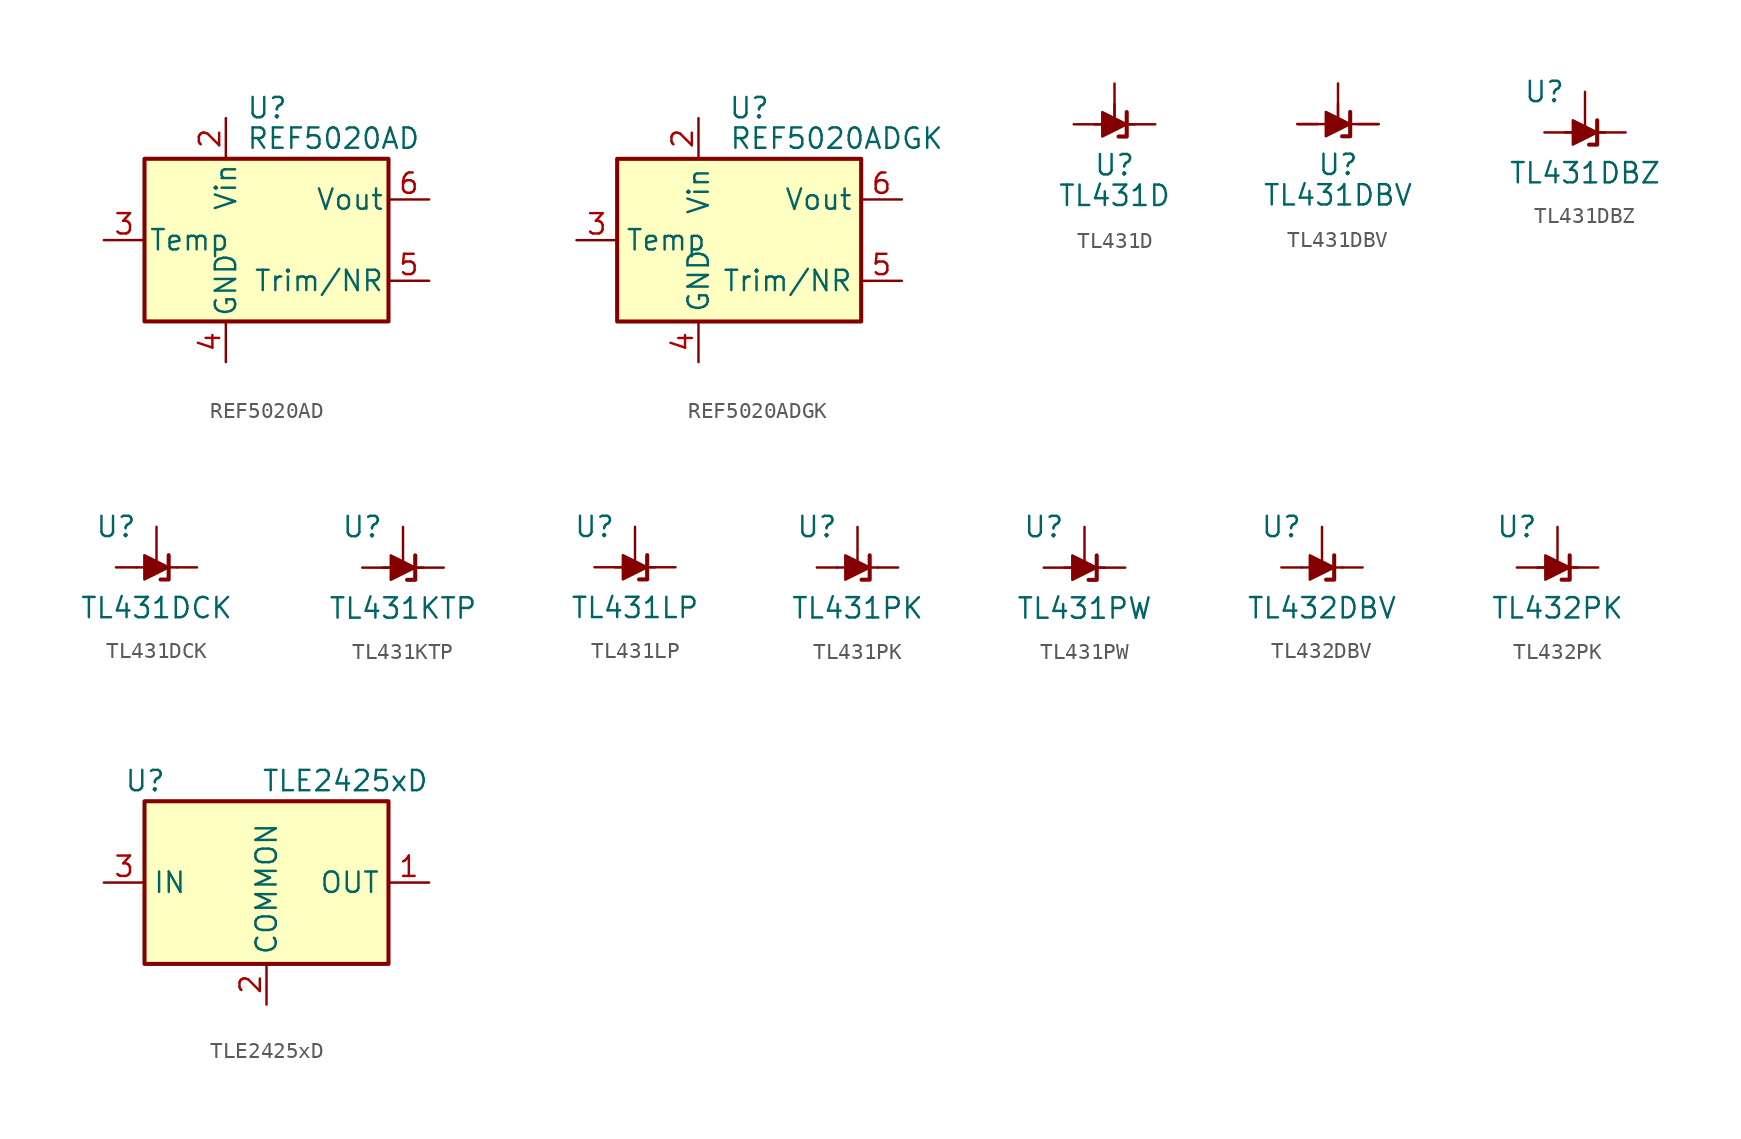
<source format=kicad_sym>
(kicad_symbol_lib
  (version 20241209)
  (generator "kicad_symbol_editor")
  (generator_version "9.0")
  (symbol "REF5020AD"
    (pin_names
      (offset 0.254))
    (property "Reference" "U"
      (at -1.27 8.255 0)
      (effects (font (size 1.27 1.27)) (justify left)))
    (property "Value" "REF5020AD"
      (at -1.27 6.35 0)
      (effects (font (size 1.27 1.27)) (justify left)))
    (symbol "REF5020AD_0_1"
      (rectangle (start -7.62 5.08) (end 7.62 -5.08) (stroke (width 0.254) (type default)) (fill (type background))))
    (symbol "REF5020AD_1_1"
      (pin passive line (at -10.16 0 0) (length 2.54) (name "Temp" (effects (font (size 1.27 1.27)))) (number "3" (effects (font (size 1.27 1.27)))))
      (pin no_connect line (at -7.62 2.54 0) (length 2.54) (hide yes) (name "DNC" (effects (font (size 1.27 1.27)))) (number "1" (effects (font (size 1.27 1.27)))))
      (pin no_connect line (at -5.08 -5.08 90) (length 2.54) (hide yes) (name "NC" (effects (font (size 1.27 1.27)))) (number "7" (effects (font (size 1.27 1.27)))))
      (pin power_in line (at -2.54 7.62 270) (length 2.54) (name "Vin" (effects (font (size 1.27 1.27)))) (number "2" (effects (font (size 1.27 1.27)))))
      (pin power_in line (at -2.54 -7.62 90) (length 2.54) (name "GND" (effects (font (size 1.27 1.27)))) (number "4" (effects (font (size 1.27 1.27)))))
      (pin no_connect line (at 7.62 0 180) (length 2.54) (hide yes) (name "DNC" (effects (font (size 1.27 1.27)))) (number "8" (effects (font (size 1.27 1.27)))))
      (pin power_out line (at 10.16 2.54 180) (length 2.54) (name "Vout" (effects (font (size 1.27 1.27)))) (number "6" (effects (font (size 1.27 1.27)))))
      (pin passive line (at 10.16 -2.54 180) (length 2.54) (name "Trim/NR" (effects (font (size 1.27 1.27)))) (number "5" (effects (font (size 1.27 1.27)))))))
  (symbol "REF5020ADGK"
    (property "Reference" "U"
      (at 0.635 8.255 0)
      (effects (font (size 1.27 1.27))))
    (property "Value" "REF5020ADGK"
      (at -0.635 6.35 0)
      (effects (font (size 1.27 1.27)) (justify left)))
    (symbol "REF5020ADGK_0_1"
      (rectangle (start -7.62 5.08) (end 7.62 -5.08) (stroke (width 0.254) (type default)) (fill (type background))))
    (symbol "REF5020ADGK_1_1"
      (pin passive line (at -10.16 0 0) (length 2.54) (name "Temp" (effects (font (size 1.27 1.27)))) (number "3" (effects (font (size 1.27 1.27)))))
      (pin no_connect line (at -7.62 2.54 0) (length 2.54) (hide yes) (name "DNC" (effects (font (size 1.27 1.27)))) (number "1" (effects (font (size 1.27 1.27)))))
      (pin no_connect line (at -5.08 -5.08 90) (length 2.54) (hide yes) (name "NC" (effects (font (size 1.27 1.27)))) (number "7" (effects (font (size 1.27 1.27)))))
      (pin power_in line (at -2.54 7.62 270) (length 2.54) (name "Vin" (effects (font (size 1.27 1.27)))) (number "2" (effects (font (size 1.27 1.27)))))
      (pin power_in line (at -2.54 -7.62 90) (length 2.54) (name "GND" (effects (font (size 1.27 1.27)))) (number "4" (effects (font (size 1.27 1.27)))))
      (pin no_connect line (at 7.62 0 180) (length 2.54) (hide yes) (name "DNC" (effects (font (size 1.27 1.27)))) (number "8" (effects (font (size 1.27 1.27)))))
      (pin power_out line (at 10.16 2.54 180) (length 2.54) (name "Vout" (effects (font (size 1.27 1.27)))) (number "6" (effects (font (size 1.27 1.27)))))
      (pin passive line (at 10.16 -2.54 180) (length 2.54) (name "Trim/NR" (effects (font (size 1.27 1.27)))) (number "5" (effects (font (size 1.27 1.27)))))))
  (symbol "TL431D"
    (pin_numbers
      (hide yes))
    (pin_names
      (hide yes))
    (property "Reference" "U"
      (at 0 -2.54 0)
      (effects (font (size 1.27 1.27))))
    (property "Value" "TL431D"
      (at 0 -4.445 0)
      (effects (font (size 1.27 1.27))))
    (symbol "TL431D_0_1"
      (polyline (pts (xy -1.27 0) (xy 0 0) (xy 1.27 0)) (stroke (width 0) (type default)) (fill (type none)))
      (polyline (pts (xy -0.762 -0.762) (xy -0.762 0.762) (xy -0.762 0.762) (xy 0.762 0) (xy -0.762 -0.762)) (stroke (width 0) (type default)) (fill (type outline)))
      (polyline (pts (xy 0.254 -0.762) (xy 0.762 -0.762) (xy 0.762 0.762) (xy 0.762 0.762)) (stroke (width 0.254) (type default)) (fill (type none))))
    (symbol "TL431D_1_1"
      (polyline (pts (xy 0 1.27) (xy 0 0)) (stroke (width 0) (type default)) (fill (type none)))
      (pin passive line (at -2.54 0 0) (length 2.54) (name "A" (effects (font (size 1.27 1.27)))) (number "2" (effects (font (size 1.27 1.27)))))
      (pin passive line (at -2.54 0 0) (length 2.54) (hide yes) (name "A" (effects (font (size 1.27 1.27)))) (number "3" (effects (font (size 1.27 1.27)))))
      (pin passive line (at -2.54 0 0) (length 2.54) (hide yes) (name "A" (effects (font (size 1.27 1.27)))) (number "6" (effects (font (size 1.27 1.27)))))
      (pin passive line (at -2.54 0 0) (length 2.54) (hide yes) (name "A" (effects (font (size 1.27 1.27)))) (number "7" (effects (font (size 1.27 1.27)))))
      (pin passive line (at 0 2.54 270) (length 2.54) (name "REF" (effects (font (size 1.27 1.27)))) (number "8" (effects (font (size 1.27 1.27)))))
      (pin passive line (at 2.54 0 180) (length 2.54) (name "K" (effects (font (size 1.27 1.27)))) (number "1" (effects (font (size 1.27 1.27)))))))
  (symbol "TL431DBV"
    (pin_numbers
      (hide yes))
    (pin_names
      (hide yes))
    (property "Reference" "U"
      (at 0 -2.54 0)
      (effects (font (size 1.27 1.27))))
    (property "Value" "TL431DBV"
      (at 0 -4.445 0)
      (effects (font (size 1.27 1.27))))
    (symbol "TL431DBV_0_1"
      (polyline (pts (xy -2.54 0) (xy 0 0) (xy 2.54 0)) (stroke (width 0) (type default)) (fill (type none)))
      (polyline (pts (xy -0.762 -0.762) (xy -0.762 0.762) (xy 0.762 0) (xy -0.762 -0.762)) (stroke (width 0) (type default)) (fill (type outline)))
      (polyline (pts (xy 0.254 -0.762) (xy 0.762 -0.762) (xy 0.762 0.762) (xy 0.762 0.762)) (stroke (width 0.254) (type default)) (fill (type none))))
    (symbol "TL431DBV_1_1"
      (polyline (pts (xy 0 1.27) (xy 0 0)) (stroke (width 0) (type default)) (fill (type none)))
      (pin passive line (at -2.54 0 0) (length 1.27) (name "A" (effects (font (size 1.27 1.27)))) (number "5" (effects (font (size 1.27 1.27)))))
      (pin passive line (at 0 2.54 270) (length 2.54) (name "REF" (effects (font (size 1.27 1.27)))) (number "4" (effects (font (size 1.27 1.27)))))
      (pin passive line (at 2.54 0 180) (length 1.27) (name "K" (effects (font (size 1.27 1.27)))) (number "3" (effects (font (size 1.27 1.27)))))))
  (symbol "TL431DBZ"
    (pin_numbers
      (hide yes))
    (pin_names
      (hide yes))
    (property "Reference" "U"
      (at -2.54 2.54 0)
      (effects (font (size 1.27 1.27))))
    (property "Value" "TL431DBZ"
      (at 0 -2.54 0)
      (effects (font (size 1.27 1.27))))
    (symbol "TL431DBZ_0_1"
      (polyline (pts (xy -1.27 0) (xy 0 0) (xy 1.27 0)) (stroke (width 0) (type default)) (fill (type none)))
      (polyline (pts (xy -0.762 -0.762) (xy -0.762 0.762) (xy 0.762 0) (xy -0.762 -0.762)) (stroke (width 0) (type default)) (fill (type outline)))
      (polyline (pts (xy 0.254 -0.762) (xy 0.762 -0.762) (xy 0.762 0.762) (xy 0.762 0.762)) (stroke (width 0.254) (type default)) (fill (type none))))
    (symbol "TL431DBZ_1_1"
      (pin passive line (at -2.54 0 0) (length 2.54) (name "A" (effects (font (size 1.27 1.27)))) (number "3" (effects (font (size 1.27 1.27)))))
      (pin passive line (at 0 2.54 270) (length 2.54) (name "REF" (effects (font (size 1.27 1.27)))) (number "2" (effects (font (size 1.27 1.27)))))
      (pin passive line (at 2.54 0 180) (length 2.54) (name "K" (effects (font (size 1.27 1.27)))) (number "1" (effects (font (size 1.27 1.27)))))))
  (symbol "TL431DCK"
    (pin_numbers
      (hide yes))
    (pin_names
      (hide yes))
    (property "Reference" "U"
      (at -2.54 2.54 0)
      (effects (font (size 1.27 1.27))))
    (property "Value" "TL431DCK"
      (at 0 -2.54 0)
      (effects (font (size 1.27 1.27))))
    (symbol "TL431DCK_0_1"
      (polyline (pts (xy -1.27 0) (xy 0 0) (xy 1.27 0)) (stroke (width 0) (type default)) (fill (type none)))
      (polyline (pts (xy -0.762 -0.762) (xy -0.762 0.762) (xy 0.762 0) (xy -0.762 -0.762)) (stroke (width 0) (type default)) (fill (type outline)))
      (polyline (pts (xy 0.254 -0.762) (xy 0.762 -0.762) (xy 0.762 0.762) (xy 0.762 0.762)) (stroke (width 0.254) (type default)) (fill (type none))))
    (symbol "TL431DCK_1_1"
      (pin passive line (at -2.54 0 0) (length 1.27) (name "A" (effects (font (size 1.27 1.27)))) (number "6" (effects (font (size 1.27 1.27)))))
      (pin passive line (at 0 2.54 270) (length 2.54) (name "REF" (effects (font (size 1.27 1.27)))) (number "3" (effects (font (size 1.27 1.27)))))
      (pin passive line (at 2.54 0 180) (length 1.27) (name "K" (effects (font (size 1.27 1.27)))) (number "1" (effects (font (size 1.27 1.27)))))))
  (symbol "TL431KTP"
    (pin_numbers
      (hide yes))
    (pin_names
      (hide yes))
    (property "Reference" "U"
      (at -2.54 2.54 0)
      (effects (font (size 1.27 1.27))))
    (property "Value" "TL431KTP"
      (at 0 -2.54 0)
      (effects (font (size 1.27 1.27))))
    (symbol "TL431KTP_0_1"
      (polyline (pts (xy -1.27 0) (xy 0 0) (xy 1.27 0)) (stroke (width 0) (type default)) (fill (type none)))
      (polyline (pts (xy -0.762 -0.762) (xy -0.762 0.762) (xy 0.762 0) (xy -0.762 -0.762)) (stroke (width 0) (type default)) (fill (type outline)))
      (polyline (pts (xy 0.254 -0.762) (xy 0.762 -0.762) (xy 0.762 0.762) (xy 0.762 0.762)) (stroke (width 0.254) (type default)) (fill (type none))))
    (symbol "TL431KTP_1_1"
      (pin passive line (at -2.54 0 0) (length 2.54) (name "A" (effects (font (size 1.27 1.27)))) (number "2" (effects (font (size 1.27 1.27)))))
      (pin passive line (at 0 2.54 270) (length 2.54) (name "REF" (effects (font (size 1.27 1.27)))) (number "1" (effects (font (size 1.27 1.27)))))
      (pin passive line (at 2.54 0 180) (length 2.54) (name "K" (effects (font (size 1.27 1.27)))) (number "3" (effects (font (size 1.27 1.27)))))))
  (symbol "TL431LP"
    (pin_numbers
      (hide yes))
    (pin_names
      (hide yes))
    (property "Reference" "U"
      (at -2.54 2.54 0)
      (effects (font (size 1.27 1.27))))
    (property "Value" "TL431LP"
      (at 0 -2.54 0)
      (effects (font (size 1.27 1.27))))
    (symbol "TL431LP_0_1"
      (polyline (pts (xy -1.27 0) (xy 0 0) (xy 1.27 0)) (stroke (width 0) (type default)) (fill (type none)))
      (polyline (pts (xy -0.762 -0.762) (xy -0.762 0.762) (xy 0.762 0) (xy -0.762 -0.762)) (stroke (width 0) (type default)) (fill (type outline)))
      (polyline (pts (xy 0.254 -0.762) (xy 0.762 -0.762) (xy 0.762 0.762) (xy 0.762 0.762)) (stroke (width 0.254) (type default)) (fill (type none))))
    (symbol "TL431LP_1_1"
      (pin passive line (at -2.54 0 0) (length 2.54) (name "A" (effects (font (size 1.27 1.27)))) (number "2" (effects (font (size 1.27 1.27)))))
      (pin passive line (at 0 2.54 270) (length 2.54) (name "REF" (effects (font (size 1.27 1.27)))) (number "1" (effects (font (size 1.27 1.27)))))
      (pin passive line (at 2.54 0 180) (length 2.54) (name "K" (effects (font (size 1.27 1.27)))) (number "3" (effects (font (size 1.27 1.27)))))))
  (symbol "TL431PK"
    (pin_numbers
      (hide yes))
    (pin_names
      (hide yes))
    (property "Reference" "U"
      (at -2.54 2.54 0)
      (effects (font (size 1.27 1.27))))
    (property "Value" "TL431PK"
      (at 0 -2.54 0)
      (effects (font (size 1.27 1.27))))
    (symbol "TL431PK_0_1"
      (polyline (pts (xy -1.27 0) (xy 0 0) (xy 1.27 0)) (stroke (width 0) (type default)) (fill (type none)))
      (polyline (pts (xy -0.762 -0.762) (xy -0.762 0.762) (xy 0.762 0) (xy -0.762 -0.762)) (stroke (width 0) (type default)) (fill (type outline)))
      (polyline (pts (xy 0.254 -0.762) (xy 0.762 -0.762) (xy 0.762 0.762) (xy 0.762 0.762)) (stroke (width 0.254) (type default)) (fill (type none))))
    (symbol "TL431PK_1_1"
      (pin passive line (at -2.54 0 0) (length 1.27) (name "A" (effects (font (size 1.27 1.27)))) (number "2" (effects (font (size 1.27 1.27)))))
      (pin passive line (at 0 2.54 270) (length 2.54) (name "REF" (effects (font (size 1.27 1.27)))) (number "1" (effects (font (size 1.27 1.27)))))
      (pin passive line (at 2.54 0 180) (length 1.27) (name "K" (effects (font (size 1.27 1.27)))) (number "3" (effects (font (size 1.27 1.27)))))))
  (symbol "TL431PW"
    (pin_numbers
      (hide yes))
    (pin_names
      (hide yes))
    (property "Reference" "U"
      (at -2.54 2.54 0)
      (effects (font (size 1.27 1.27))))
    (property "Value" "TL431PW"
      (at 0 -2.54 0)
      (effects (font (size 1.27 1.27))))
    (symbol "TL431PW_0_1"
      (polyline (pts (xy -1.27 0) (xy 0 0) (xy 1.27 0)) (stroke (width 0) (type default)) (fill (type none)))
      (polyline (pts (xy -0.762 -0.762) (xy -0.762 0.762) (xy 0.762 0) (xy -0.762 -0.762)) (stroke (width 0) (type default)) (fill (type outline)))
      (polyline (pts (xy 0.254 -0.762) (xy 0.762 -0.762) (xy 0.762 0.762) (xy 0.762 0.762)) (stroke (width 0.254) (type default)) (fill (type none))))
    (symbol "TL431PW_1_1"
      (pin passive line (at -2.54 0 0) (length 2.54) (name "A" (effects (font (size 1.27 1.27)))) (number "6" (effects (font (size 1.27 1.27)))))
      (pin passive line (at 0 2.54 270) (length 2.54) (name "REF" (effects (font (size 1.27 1.27)))) (number "8" (effects (font (size 1.27 1.27)))))
      (pin passive line (at 2.54 0 180) (length 2.54) (name "K" (effects (font (size 1.27 1.27)))) (number "1" (effects (font (size 1.27 1.27)))))))
  (symbol "TL432DBV"
    (pin_numbers
      (hide yes))
    (pin_names
      (hide yes))
    (property "Reference" "U"
      (at -2.54 2.54 0)
      (effects (font (size 1.27 1.27))))
    (property "Value" "TL432DBV"
      (at 0 -2.54 0)
      (effects (font (size 1.27 1.27))))
    (symbol "TL432DBV_0_1"
      (polyline (pts (xy -1.27 0) (xy 0 0) (xy 1.27 0)) (stroke (width 0) (type default)) (fill (type none)))
      (polyline (pts (xy -0.762 -0.762) (xy -0.762 0.762) (xy 0.762 0) (xy -0.762 -0.762)) (stroke (width 0) (type default)) (fill (type outline)))
      (polyline (pts (xy 0.254 -0.762) (xy 0.762 -0.762) (xy 0.762 0.762) (xy 0.762 0.762)) (stroke (width 0.254) (type default)) (fill (type none))))
    (symbol "TL432DBV_1_1"
      (pin passive line (at -2.54 0 0) (length 1.27) (name "A" (effects (font (size 1.27 1.27)))) (number "2" (effects (font (size 1.27 1.27)))))
      (pin passive line (at 0 2.54 270) (length 2.54) (name "REF" (effects (font (size 1.27 1.27)))) (number "5" (effects (font (size 1.27 1.27)))))
      (pin passive line (at 2.54 0 180) (length 1.27) (name "K" (effects (font (size 1.27 1.27)))) (number "4" (effects (font (size 1.27 1.27)))))))
  (symbol "TL432PK"
    (pin_numbers
      (hide yes))
    (pin_names
      (hide yes))
    (property "Reference" "U"
      (at -2.54 2.54 0)
      (effects (font (size 1.27 1.27))))
    (property "Value" "TL432PK"
      (at 0 -2.54 0)
      (effects (font (size 1.27 1.27))))
    (symbol "TL432PK_0_1"
      (polyline (pts (xy -1.27 0) (xy 0 0) (xy 1.27 0)) (stroke (width 0) (type default)) (fill (type none)))
      (polyline (pts (xy -0.762 -0.762) (xy -0.762 0.762) (xy 0.762 0) (xy -0.762 -0.762)) (stroke (width 0) (type default)) (fill (type outline)))
      (polyline (pts (xy 0.254 -0.762) (xy 0.762 -0.762) (xy 0.762 0.762) (xy 0.762 0.762)) (stroke (width 0.254) (type default)) (fill (type none))))
    (symbol "TL432PK_1_1"
      (pin passive line (at -2.54 0 0) (length 2.54) (name "A" (effects (font (size 1.27 1.27)))) (number "2" (effects (font (size 1.27 1.27)))))
      (pin passive line (at 0 2.54 270) (length 2.54) (name "REF" (effects (font (size 1.27 1.27)))) (number "3" (effects (font (size 1.27 1.27)))))
      (pin passive line (at 2.54 0 180) (length 2.54) (name "K" (effects (font (size 1.27 1.27)))) (number "1" (effects (font (size 1.27 1.27)))))))
  (symbol "TLE2425xD"
    (property "Reference" "U"
      (at -8.89 6.35 0)
      (effects (font (size 1.27 1.27)) (justify left)))
    (property "Value" "TLE2425xD"
      (at 10.16 6.35 0)
      (effects (font (size 1.27 1.27)) (justify right)))
    (symbol "TLE2425xD_0_1"
      (rectangle (start 7.62 -5.08) (end -7.62 5.08) (stroke (width 0.254) (type default)) (fill (type background))))
    (symbol "TLE2425xD_1_1"
      (pin power_in line (at -10.16 0 0) (length 2.54) (name "IN" (effects (font (size 1.27 1.27)))) (number "3" (effects (font (size 1.27 1.27)))))
      (pin no_connect line (at -7.62 2.54 0) (length 2.54) (hide yes) (name "NC" (effects (font (size 1.27 1.27)))) (number "8" (effects (font (size 1.27 1.27)))))
      (pin no_connect line (at -7.62 -2.54 0) (length 2.54) (hide yes) (name "NC" (effects (font (size 1.27 1.27)))) (number "4" (effects (font (size 1.27 1.27)))))
      (pin no_connect line (at -5.08 -5.08 90) (length 2.54) (hide yes) (name "NC" (effects (font (size 1.27 1.27)))) (number "5" (effects (font (size 1.27 1.27)))))
      (pin power_in line (at 0 -7.62 90) (length 2.54) (name "COMMON" (effects (font (size 1.27 1.27)))) (number "2" (effects (font (size 1.27 1.27)))))
      (pin no_connect line (at 7.62 2.54 180) (length 2.54) (hide yes) (name "NC" (effects (font (size 1.27 1.27)))) (number "6" (effects (font (size 1.27 1.27)))))
      (pin no_connect line (at 7.62 -2.54 180) (length 2.54) (hide yes) (name "NC" (effects (font (size 1.27 1.27)))) (number "7" (effects (font (size 1.27 1.27)))))
      (pin power_out line (at 10.16 0 180) (length 2.54) (name "OUT" (effects (font (size 1.27 1.27)))) (number "1" (effects (font (size 1.27 1.27))))))))
</source>
